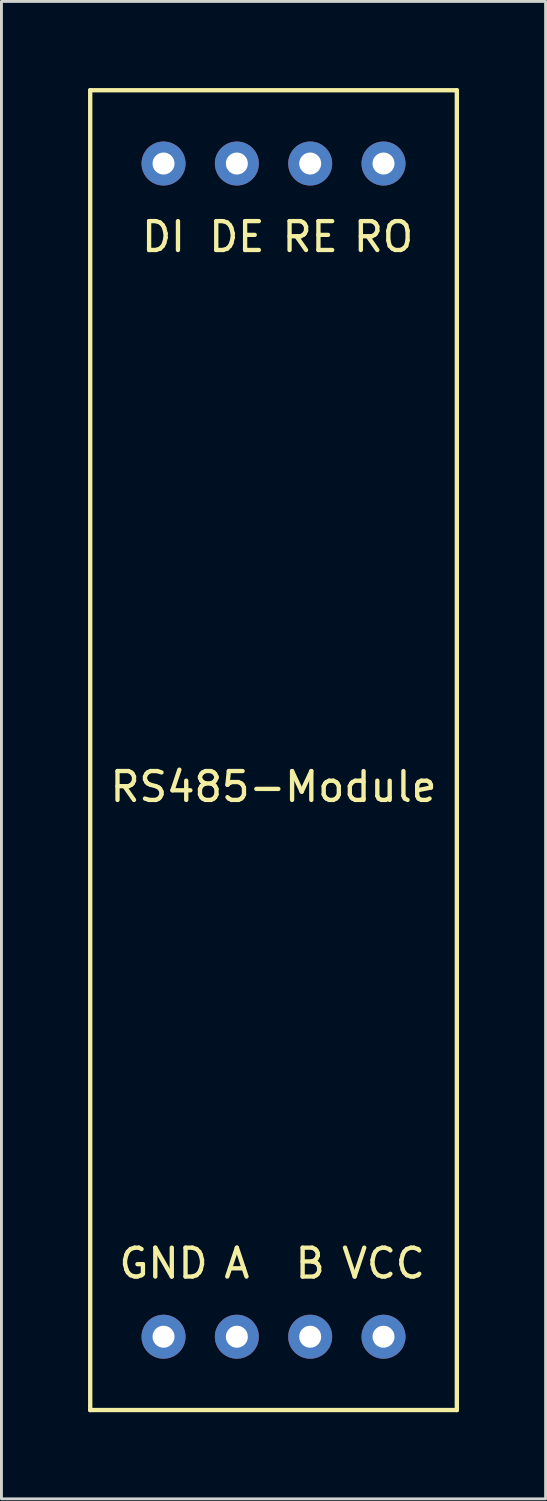
<source format=kicad_pcb>
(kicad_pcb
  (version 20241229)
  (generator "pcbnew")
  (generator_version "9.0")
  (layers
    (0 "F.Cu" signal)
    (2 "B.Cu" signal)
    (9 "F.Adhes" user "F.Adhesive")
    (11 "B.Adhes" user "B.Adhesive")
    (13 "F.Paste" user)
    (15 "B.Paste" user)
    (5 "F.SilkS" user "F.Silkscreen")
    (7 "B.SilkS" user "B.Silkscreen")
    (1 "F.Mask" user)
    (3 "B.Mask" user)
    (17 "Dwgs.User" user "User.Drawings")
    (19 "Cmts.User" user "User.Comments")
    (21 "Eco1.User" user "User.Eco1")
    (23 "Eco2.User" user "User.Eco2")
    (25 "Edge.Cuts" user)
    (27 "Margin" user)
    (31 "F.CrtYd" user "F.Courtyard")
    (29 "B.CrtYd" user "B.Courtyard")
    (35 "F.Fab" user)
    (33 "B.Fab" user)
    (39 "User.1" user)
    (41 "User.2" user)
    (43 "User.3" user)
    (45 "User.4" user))
  (footprint "RS485-Module"
    (layer "F.Cu")
    (at 6.425 22.935)
    (property "Reference" "RS485-Module" (at 0 1.27 0) (layer "F.SilkS") (effects (font (size 1 1) (thickness 0.15))))
    (attr through_hole)
    (fp_line (start -6.35 -22.86) (end 6.35 -22.86) (stroke (width 0.15) (type solid)) (layer "F.SilkS"))
    (fp_line (start -6.35 22.86) (end -6.35 -22.86) (stroke (width 0.15) (type solid)) (layer "F.SilkS"))
    (fp_line (start 6.35 -22.86) (end 6.35 22.86) (stroke (width 0.15) (type solid)) (layer "F.SilkS"))
    (fp_line (start 6.35 22.86) (end -6.35 22.86) (stroke (width 0.15) (type solid)) (layer "F.SilkS"))
    (fp_text user "RO" (at 3.81 -17.78 0) (layer "F.SilkS") (effects (font (size 1 1) (thickness 0.15))))
    (fp_text user "GND" (at -3.81 17.78 0) (layer "F.SilkS") (effects (font (size 1 1) (thickness 0.15))))
    (fp_text user "DI" (at -3.81 -17.78 0) (layer "F.SilkS") (effects (font (size 1 1) (thickness 0.15))))
    (fp_text user "VCC" (at 3.81 17.78 0) (layer "F.SilkS") (effects (font (size 1 1) (thickness 0.15))))
    (fp_text user "A" (at -1.27 17.78 0) (layer "F.SilkS") (effects (font (size 1 1) (thickness 0.15))))
    (fp_text user "DE" (at -1.27 -17.78 0) (layer "F.SilkS") (effects (font (size 1 1) (thickness 0.15))))
    (fp_text user "B" (at 1.27 17.78 0) (layer "F.SilkS") (effects (font (size 1 1) (thickness 0.15))))
    (fp_text user "RE" (at 1.27 -17.78 0) (layer "F.SilkS") (effects (font (size 1 1) (thickness 0.15))))
    (pad "1" thru_hole circle (at -3.81 -20.32 90) (size 1.524 1.524) (drill 0.762) (layers "*.Cu" "*.Mask"))
    (pad "2" thru_hole circle (at -1.27 -20.32) (size 1.524 1.524) (drill 0.762) (layers "*.Cu" "*.Mask"))
    (pad "3" thru_hole circle (at 1.27 -20.32) (size 1.524 1.524) (drill 0.762) (layers "*.Cu" "*.Mask"))
    (pad "4" thru_hole circle (at 3.81 -20.32) (size 1.524 1.524) (drill 0.762) (layers "*.Cu" "*.Mask"))
    (pad "5" thru_hole circle (at -3.81 20.32) (size 1.524 1.524) (drill 0.762) (layers "*.Cu" "*.Mask"))
    (pad "6" thru_hole circle (at -1.27 20.32) (size 1.524 1.524) (drill 0.762) (layers "*.Cu" "*.Mask"))
    (pad "7" thru_hole circle (at 1.27 20.32) (size 1.524 1.524) (drill 0.762) (layers "*.Cu" "*.Mask"))
    (pad "8" thru_hole circle (at 3.81 20.32) (size 1.524 1.524) (drill 0.762) (layers "*.Cu" "*.Mask")))
  (gr_rect
    (start -3 -3)
    (end 15.85 48.87)
    (stroke (width 0.1) (type default))
    (fill no)
    (layer "Edge.Cuts")))
</source>
